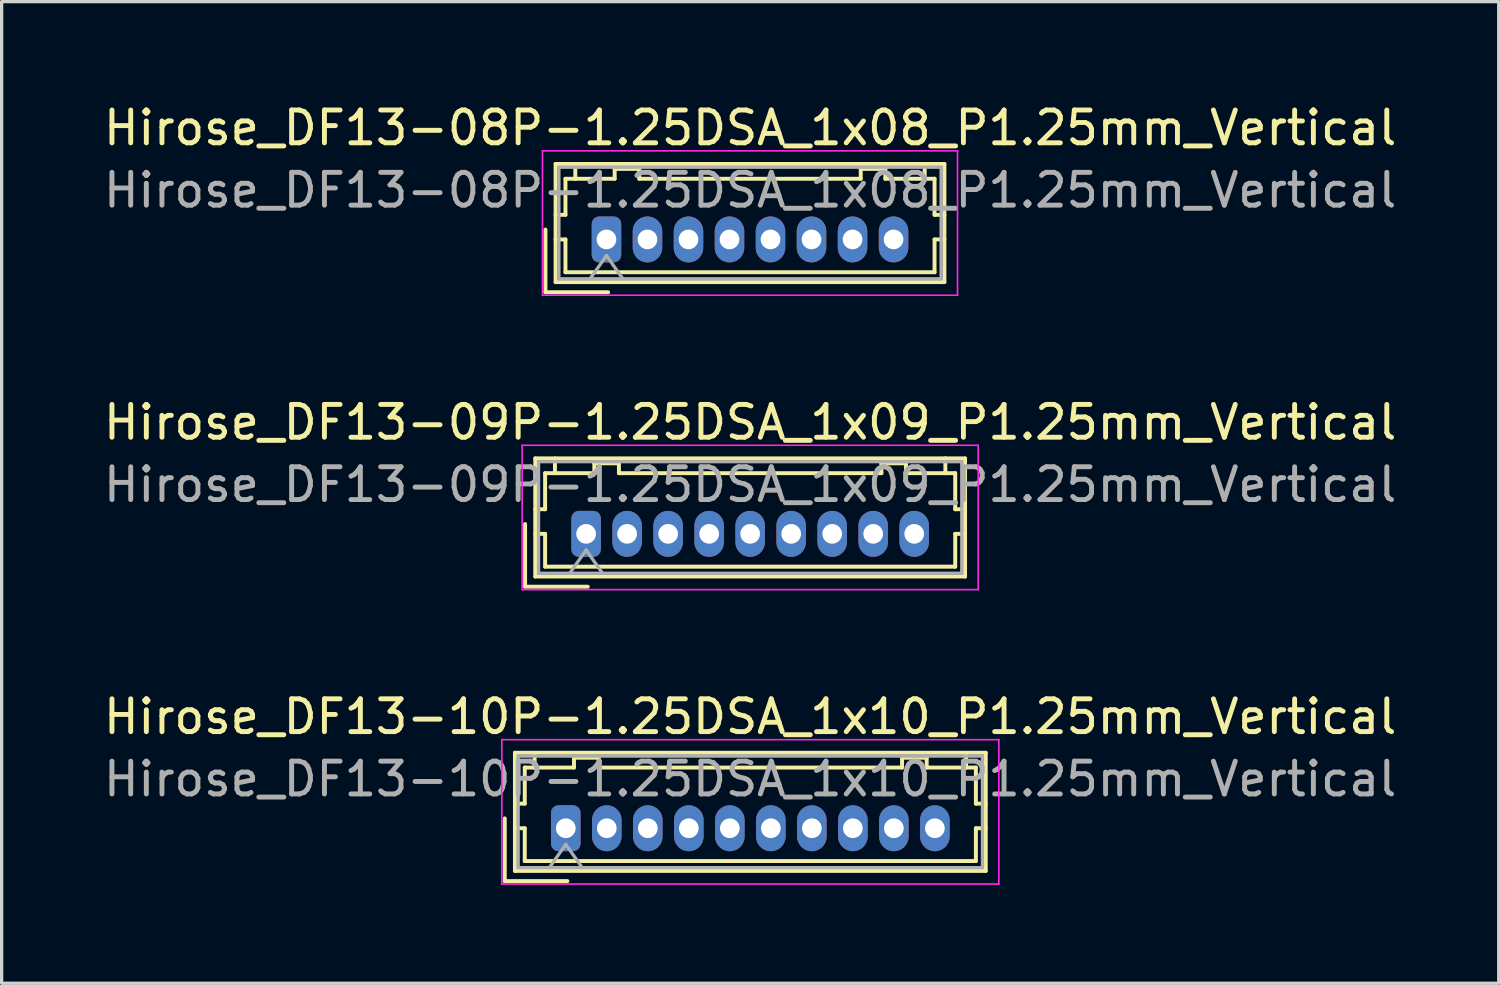
<source format=kicad_pcb>
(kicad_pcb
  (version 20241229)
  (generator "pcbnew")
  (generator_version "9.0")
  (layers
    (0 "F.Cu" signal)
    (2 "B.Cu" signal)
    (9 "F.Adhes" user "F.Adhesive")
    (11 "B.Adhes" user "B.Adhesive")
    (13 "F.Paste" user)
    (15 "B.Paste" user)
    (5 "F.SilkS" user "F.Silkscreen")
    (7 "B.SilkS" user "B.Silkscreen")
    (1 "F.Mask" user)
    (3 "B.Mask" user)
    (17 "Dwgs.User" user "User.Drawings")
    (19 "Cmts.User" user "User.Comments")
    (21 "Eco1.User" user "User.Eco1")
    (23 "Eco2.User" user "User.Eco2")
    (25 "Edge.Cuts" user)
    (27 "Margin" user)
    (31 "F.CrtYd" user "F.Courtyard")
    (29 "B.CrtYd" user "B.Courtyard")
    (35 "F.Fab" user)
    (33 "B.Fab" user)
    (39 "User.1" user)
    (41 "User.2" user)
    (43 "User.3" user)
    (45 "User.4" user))
  (footprint "Hirose_DF13-09P-1.25DSA_1x09_P1.25mm_Vertical"
    (layer "F.Cu")
    (at 14.815 13.222)
    (property "Reference" "Hirose_DF13-09P-1.25DSA_1x09_P1.25mm_Vertical" (at 5 -3.4 0) (layer "F.SilkS") (effects (font (size 1 1) (thickness 0.15))))
    (attr through_hole)
    (fp_line (start -1.86 -0.3) (end -1.86 1.61) (stroke (width 0.12) (type solid)) (layer "F.SilkS"))
    (fp_line (start -1.86 1.61) (end 0.05 1.61) (stroke (width 0.12) (type solid)) (layer "F.SilkS"))
    (fp_line (start -1.55 -2.3) (end -1.55 1.3) (stroke (width 0.12) (type solid)) (layer "F.SilkS"))
    (fp_line (start -1.55 -0.75) (end -1.25 -0.75) (stroke (width 0.12) (type solid)) (layer "F.SilkS"))
    (fp_line (start -1.55 0) (end -1.25 0) (stroke (width 0.12) (type solid)) (layer "F.SilkS"))
    (fp_line (start -1.55 1.3) (end 11.55 1.3) (stroke (width 0.12) (type solid)) (layer "F.SilkS"))
    (fp_line (start -1.25 -1.85) (end -0.95 -1.85) (stroke (width 0.12) (type solid)) (layer "F.SilkS"))
    (fp_line (start -1.25 -0.75) (end -1.25 -1.85) (stroke (width 0.12) (type solid)) (layer "F.SilkS"))
    (fp_line (start -1.25 0) (end -1.25 1) (stroke (width 0.12) (type solid)) (layer "F.SilkS"))
    (fp_line (start -1.25 1) (end 11.25 1) (stroke (width 0.12) (type solid)) (layer "F.SilkS"))
    (fp_line (start -0.95 -1.85) (end -0.95 -2.3) (stroke (width 0.12) (type solid)) (layer "F.SilkS"))
    (fp_line (start -0.95 -1.85) (end 0.25 -1.85) (stroke (width 0.12) (type solid)) (layer "F.SilkS"))
    (fp_line (start 0.25 -2.15) (end 1 -2.15) (stroke (width 0.12) (type solid)) (layer "F.SilkS"))
    (fp_line (start 0.25 -1.85) (end 0.25 -2.15) (stroke (width 0.12) (type solid)) (layer "F.SilkS"))
    (fp_line (start 1 -2.15) (end 1 -1.85) (stroke (width 0.12) (type solid)) (layer "F.SilkS"))
    (fp_line (start 1 -1.85) (end 9 -1.85) (stroke (width 0.12) (type solid)) (layer "F.SilkS"))
    (fp_line (start 9 -2.15) (end 9.75 -2.15) (stroke (width 0.12) (type solid)) (layer "F.SilkS"))
    (fp_line (start 9 -1.85) (end 9 -2.15) (stroke (width 0.12) (type solid)) (layer "F.SilkS"))
    (fp_line (start 9.75 -2.15) (end 9.75 -1.85) (stroke (width 0.12) (type solid)) (layer "F.SilkS"))
    (fp_line (start 9.75 -1.85) (end 10.95 -1.85) (stroke (width 0.12) (type solid)) (layer "F.SilkS"))
    (fp_line (start 10.95 -1.85) (end 10.95 -2.3) (stroke (width 0.12) (type solid)) (layer "F.SilkS"))
    (fp_line (start 11.25 -1.85) (end 10.95 -1.85) (stroke (width 0.12) (type solid)) (layer "F.SilkS"))
    (fp_line (start 11.25 -0.75) (end 11.25 -1.85) (stroke (width 0.12) (type solid)) (layer "F.SilkS"))
    (fp_line (start 11.25 0) (end 11.55 0) (stroke (width 0.12) (type solid)) (layer "F.SilkS"))
    (fp_line (start 11.25 1) (end 11.25 0) (stroke (width 0.12) (type solid)) (layer "F.SilkS"))
    (fp_line (start 11.55 -2.3) (end -1.55 -2.3) (stroke (width 0.12) (type solid)) (layer "F.SilkS"))
    (fp_line (start 11.55 -0.75) (end 11.25 -0.75) (stroke (width 0.12) (type solid)) (layer "F.SilkS"))
    (fp_line (start 11.55 1.3) (end 11.55 -2.3) (stroke (width 0.12) (type solid)) (layer "F.SilkS"))
    (fp_line (start -1.95 -2.7) (end -1.95 1.7) (stroke (width 0.05) (type solid)) (layer "F.CrtYd"))
    (fp_line (start -1.95 1.7) (end 11.95 1.7) (stroke (width 0.05) (type solid)) (layer "F.CrtYd"))
    (fp_line (start 11.95 -2.7) (end -1.95 -2.7) (stroke (width 0.05) (type solid)) (layer "F.CrtYd"))
    (fp_line (start 11.95 1.7) (end 11.95 -2.7) (stroke (width 0.05) (type solid)) (layer "F.CrtYd"))
    (fp_line (start -1.45 -2.2) (end -1.45 1.2) (stroke (width 0.1) (type solid)) (layer "F.Fab"))
    (fp_line (start -1.45 1.2) (end 11.45 1.2) (stroke (width 0.1) (type solid)) (layer "F.Fab"))
    (fp_line (start -0.5 1.2) (end 0 0.493) (stroke (width 0.1) (type solid)) (layer "F.Fab"))
    (fp_line (start 0 0.493) (end 0.5 1.2) (stroke (width 0.1) (type solid)) (layer "F.Fab"))
    (fp_line (start 11.45 -2.2) (end -1.45 -2.2) (stroke (width 0.1) (type solid)) (layer "F.Fab"))
    (fp_line (start 11.45 1.2) (end 11.45 -2.2) (stroke (width 0.1) (type solid)) (layer "F.Fab"))
    (fp_text user "${REFERENCE}" (at 5 -1.5 0) (layer "F.Fab") (effects (font (size 1 1) (thickness 0.15))))
    (pad "1" thru_hole roundrect (at 0 0) (size 0.9 1.4) (drill 0.6) (layers "*.Cu" "*.Mask") (roundrect_rratio 0.25))
    (pad "2" thru_hole oval (at 1.25 0) (size 0.9 1.4) (drill 0.6) (layers "*.Cu" "*.Mask"))
    (pad "3" thru_hole oval (at 2.5 0) (size 0.9 1.4) (drill 0.6) (layers "*.Cu" "*.Mask"))
    (pad "4" thru_hole oval (at 3.75 0) (size 0.9 1.4) (drill 0.6) (layers "*.Cu" "*.Mask"))
    (pad "5" thru_hole oval (at 5 0) (size 0.9 1.4) (drill 0.6) (layers "*.Cu" "*.Mask"))
    (pad "6" thru_hole oval (at 6.25 0) (size 0.9 1.4) (drill 0.6) (layers "*.Cu" "*.Mask"))
    (pad "7" thru_hole oval (at 7.5 0) (size 0.9 1.4) (drill 0.6) (layers "*.Cu" "*.Mask"))
    (pad "8" thru_hole oval (at 8.75 0) (size 0.9 1.4) (drill 0.6) (layers "*.Cu" "*.Mask"))
    (pad "9" thru_hole oval (at 10 0) (size 0.9 1.4) (drill 0.6) (layers "*.Cu" "*.Mask")))
  (footprint "Hirose_DF13-08P-1.25DSA_1x08_P1.25mm_Vertical"
    (layer "F.Cu")
    (at 15.435 4.248)
    (property "Reference" "Hirose_DF13-08P-1.25DSA_1x08_P1.25mm_Vertical" (at 4.38 -3.4 0) (layer "F.SilkS") (effects (font (size 1 1) (thickness 0.15))))
    (attr through_hole)
    (fp_line (start -1.86 -0.3) (end -1.86 1.61) (stroke (width 0.12) (type solid)) (layer "F.SilkS"))
    (fp_line (start -1.86 1.61) (end 0.05 1.61) (stroke (width 0.12) (type solid)) (layer "F.SilkS"))
    (fp_line (start -1.55 -2.3) (end -1.55 1.3) (stroke (width 0.12) (type solid)) (layer "F.SilkS"))
    (fp_line (start -1.55 -0.75) (end -1.25 -0.75) (stroke (width 0.12) (type solid)) (layer "F.SilkS"))
    (fp_line (start -1.55 0) (end -1.25 0) (stroke (width 0.12) (type solid)) (layer "F.SilkS"))
    (fp_line (start -1.55 1.3) (end 10.3 1.3) (stroke (width 0.12) (type solid)) (layer "F.SilkS"))
    (fp_line (start -1.25 -1.85) (end -0.95 -1.85) (stroke (width 0.12) (type solid)) (layer "F.SilkS"))
    (fp_line (start -1.25 -0.75) (end -1.25 -1.85) (stroke (width 0.12) (type solid)) (layer "F.SilkS"))
    (fp_line (start -1.25 0) (end -1.25 1) (stroke (width 0.12) (type solid)) (layer "F.SilkS"))
    (fp_line (start -1.25 1) (end 10 1) (stroke (width 0.12) (type solid)) (layer "F.SilkS"))
    (fp_line (start -0.95 -1.85) (end -0.95 -2.3) (stroke (width 0.12) (type solid)) (layer "F.SilkS"))
    (fp_line (start -0.95 -1.85) (end 0.25 -1.85) (stroke (width 0.12) (type solid)) (layer "F.SilkS"))
    (fp_line (start 0.25 -2.15) (end 1 -2.15) (stroke (width 0.12) (type solid)) (layer "F.SilkS"))
    (fp_line (start 0.25 -1.85) (end 0.25 -2.15) (stroke (width 0.12) (type solid)) (layer "F.SilkS"))
    (fp_line (start 1 -2.15) (end 1 -1.85) (stroke (width 0.12) (type solid)) (layer "F.SilkS"))
    (fp_line (start 1 -1.85) (end 7.75 -1.85) (stroke (width 0.12) (type solid)) (layer "F.SilkS"))
    (fp_line (start 7.75 -2.15) (end 8.5 -2.15) (stroke (width 0.12) (type solid)) (layer "F.SilkS"))
    (fp_line (start 7.75 -1.85) (end 7.75 -2.15) (stroke (width 0.12) (type solid)) (layer "F.SilkS"))
    (fp_line (start 8.5 -2.15) (end 8.5 -1.85) (stroke (width 0.12) (type solid)) (layer "F.SilkS"))
    (fp_line (start 8.5 -1.85) (end 9.7 -1.85) (stroke (width 0.12) (type solid)) (layer "F.SilkS"))
    (fp_line (start 9.7 -1.85) (end 9.7 -2.3) (stroke (width 0.12) (type solid)) (layer "F.SilkS"))
    (fp_line (start 10 -1.85) (end 9.7 -1.85) (stroke (width 0.12) (type solid)) (layer "F.SilkS"))
    (fp_line (start 10 -0.75) (end 10 -1.85) (stroke (width 0.12) (type solid)) (layer "F.SilkS"))
    (fp_line (start 10 0) (end 10.3 0) (stroke (width 0.12) (type solid)) (layer "F.SilkS"))
    (fp_line (start 10 1) (end 10 0) (stroke (width 0.12) (type solid)) (layer "F.SilkS"))
    (fp_line (start 10.3 -2.3) (end -1.55 -2.3) (stroke (width 0.12) (type solid)) (layer "F.SilkS"))
    (fp_line (start 10.3 -0.75) (end 10 -0.75) (stroke (width 0.12) (type solid)) (layer "F.SilkS"))
    (fp_line (start 10.3 1.3) (end 10.3 -2.3) (stroke (width 0.12) (type solid)) (layer "F.SilkS"))
    (fp_line (start -1.95 -2.7) (end -1.95 1.7) (stroke (width 0.05) (type solid)) (layer "F.CrtYd"))
    (fp_line (start -1.95 1.7) (end 10.7 1.7) (stroke (width 0.05) (type solid)) (layer "F.CrtYd"))
    (fp_line (start 10.7 -2.7) (end -1.95 -2.7) (stroke (width 0.05) (type solid)) (layer "F.CrtYd"))
    (fp_line (start 10.7 1.7) (end 10.7 -2.7) (stroke (width 0.05) (type solid)) (layer "F.CrtYd"))
    (fp_line (start -1.45 -2.2) (end -1.45 1.2) (stroke (width 0.1) (type solid)) (layer "F.Fab"))
    (fp_line (start -1.45 1.2) (end 10.2 1.2) (stroke (width 0.1) (type solid)) (layer "F.Fab"))
    (fp_line (start -0.5 1.2) (end 0 0.493) (stroke (width 0.1) (type solid)) (layer "F.Fab"))
    (fp_line (start 0 0.493) (end 0.5 1.2) (stroke (width 0.1) (type solid)) (layer "F.Fab"))
    (fp_line (start 10.2 -2.2) (end -1.45 -2.2) (stroke (width 0.1) (type solid)) (layer "F.Fab"))
    (fp_line (start 10.2 1.2) (end 10.2 -2.2) (stroke (width 0.1) (type solid)) (layer "F.Fab"))
    (fp_text user "${REFERENCE}" (at 4.38 -1.5 0) (layer "F.Fab") (effects (font (size 1 1) (thickness 0.15))))
    (pad "1" thru_hole roundrect (at 0 0) (size 0.9 1.4) (drill 0.6) (layers "*.Cu" "*.Mask") (roundrect_rratio 0.25))
    (pad "2" thru_hole oval (at 1.25 0) (size 0.9 1.4) (drill 0.6) (layers "*.Cu" "*.Mask"))
    (pad "3" thru_hole oval (at 2.5 0) (size 0.9 1.4) (drill 0.6) (layers "*.Cu" "*.Mask"))
    (pad "4" thru_hole oval (at 3.75 0) (size 0.9 1.4) (drill 0.6) (layers "*.Cu" "*.Mask"))
    (pad "5" thru_hole oval (at 5 0) (size 0.9 1.4) (drill 0.6) (layers "*.Cu" "*.Mask"))
    (pad "6" thru_hole oval (at 6.25 0) (size 0.9 1.4) (drill 0.6) (layers "*.Cu" "*.Mask"))
    (pad "7" thru_hole oval (at 7.5 0) (size 0.9 1.4) (drill 0.6) (layers "*.Cu" "*.Mask"))
    (pad "8" thru_hole oval (at 8.75 0) (size 0.9 1.4) (drill 0.6) (layers "*.Cu" "*.Mask")))
  (footprint "Hirose_DF13-10P-1.25DSA_1x10_P1.25mm_Vertical"
    (layer "F.Cu")
    (at 14.195 22.195)
    (property "Reference" "Hirose_DF13-10P-1.25DSA_1x10_P1.25mm_Vertical" (at 5.62 -3.4 0) (layer "F.SilkS") (effects (font (size 1 1) (thickness 0.15))))
    (attr through_hole)
    (fp_line (start -1.86 -0.3) (end -1.86 1.61) (stroke (width 0.12) (type solid)) (layer "F.SilkS"))
    (fp_line (start -1.86 1.61) (end 0.05 1.61) (stroke (width 0.12) (type solid)) (layer "F.SilkS"))
    (fp_line (start -1.55 -2.3) (end -1.55 1.3) (stroke (width 0.12) (type solid)) (layer "F.SilkS"))
    (fp_line (start -1.55 -0.75) (end -1.25 -0.75) (stroke (width 0.12) (type solid)) (layer "F.SilkS"))
    (fp_line (start -1.55 0) (end -1.25 0) (stroke (width 0.12) (type solid)) (layer "F.SilkS"))
    (fp_line (start -1.55 1.3) (end 12.8 1.3) (stroke (width 0.12) (type solid)) (layer "F.SilkS"))
    (fp_line (start -1.25 -1.85) (end -0.95 -1.85) (stroke (width 0.12) (type solid)) (layer "F.SilkS"))
    (fp_line (start -1.25 -0.75) (end -1.25 -1.85) (stroke (width 0.12) (type solid)) (layer "F.SilkS"))
    (fp_line (start -1.25 0) (end -1.25 1) (stroke (width 0.12) (type solid)) (layer "F.SilkS"))
    (fp_line (start -1.25 1) (end 12.5 1) (stroke (width 0.12) (type solid)) (layer "F.SilkS"))
    (fp_line (start -0.95 -1.85) (end -0.95 -2.3) (stroke (width 0.12) (type solid)) (layer "F.SilkS"))
    (fp_line (start -0.95 -1.85) (end 0.25 -1.85) (stroke (width 0.12) (type solid)) (layer "F.SilkS"))
    (fp_line (start 0.25 -2.15) (end 1 -2.15) (stroke (width 0.12) (type solid)) (layer "F.SilkS"))
    (fp_line (start 0.25 -1.85) (end 0.25 -2.15) (stroke (width 0.12) (type solid)) (layer "F.SilkS"))
    (fp_line (start 1 -2.15) (end 1 -1.85) (stroke (width 0.12) (type solid)) (layer "F.SilkS"))
    (fp_line (start 1 -1.85) (end 10.25 -1.85) (stroke (width 0.12) (type solid)) (layer "F.SilkS"))
    (fp_line (start 10.25 -2.15) (end 11 -2.15) (stroke (width 0.12) (type solid)) (layer "F.SilkS"))
    (fp_line (start 10.25 -1.85) (end 10.25 -2.15) (stroke (width 0.12) (type solid)) (layer "F.SilkS"))
    (fp_line (start 11 -2.15) (end 11 -1.85) (stroke (width 0.12) (type solid)) (layer "F.SilkS"))
    (fp_line (start 11 -1.85) (end 12.2 -1.85) (stroke (width 0.12) (type solid)) (layer "F.SilkS"))
    (fp_line (start 12.2 -1.85) (end 12.2 -2.3) (stroke (width 0.12) (type solid)) (layer "F.SilkS"))
    (fp_line (start 12.5 -1.85) (end 12.2 -1.85) (stroke (width 0.12) (type solid)) (layer "F.SilkS"))
    (fp_line (start 12.5 -0.75) (end 12.5 -1.85) (stroke (width 0.12) (type solid)) (layer "F.SilkS"))
    (fp_line (start 12.5 0) (end 12.8 0) (stroke (width 0.12) (type solid)) (layer "F.SilkS"))
    (fp_line (start 12.5 1) (end 12.5 0) (stroke (width 0.12) (type solid)) (layer "F.SilkS"))
    (fp_line (start 12.8 -2.3) (end -1.55 -2.3) (stroke (width 0.12) (type solid)) (layer "F.SilkS"))
    (fp_line (start 12.8 -0.75) (end 12.5 -0.75) (stroke (width 0.12) (type solid)) (layer "F.SilkS"))
    (fp_line (start 12.8 1.3) (end 12.8 -2.3) (stroke (width 0.12) (type solid)) (layer "F.SilkS"))
    (fp_line (start -1.95 -2.7) (end -1.95 1.7) (stroke (width 0.05) (type solid)) (layer "F.CrtYd"))
    (fp_line (start -1.95 1.7) (end 13.2 1.7) (stroke (width 0.05) (type solid)) (layer "F.CrtYd"))
    (fp_line (start 13.2 -2.7) (end -1.95 -2.7) (stroke (width 0.05) (type solid)) (layer "F.CrtYd"))
    (fp_line (start 13.2 1.7) (end 13.2 -2.7) (stroke (width 0.05) (type solid)) (layer "F.CrtYd"))
    (fp_line (start -1.45 -2.2) (end -1.45 1.2) (stroke (width 0.1) (type solid)) (layer "F.Fab"))
    (fp_line (start -1.45 1.2) (end 12.7 1.2) (stroke (width 0.1) (type solid)) (layer "F.Fab"))
    (fp_line (start -0.5 1.2) (end 0 0.493) (stroke (width 0.1) (type solid)) (layer "F.Fab"))
    (fp_line (start 0 0.493) (end 0.5 1.2) (stroke (width 0.1) (type solid)) (layer "F.Fab"))
    (fp_line (start 12.7 -2.2) (end -1.45 -2.2) (stroke (width 0.1) (type solid)) (layer "F.Fab"))
    (fp_line (start 12.7 1.2) (end 12.7 -2.2) (stroke (width 0.1) (type solid)) (layer "F.Fab"))
    (fp_text user "${REFERENCE}" (at 5.62 -1.5 0) (layer "F.Fab") (effects (font (size 1 1) (thickness 0.15))))
    (pad "1" thru_hole roundrect (at 0 0) (size 0.9 1.4) (drill 0.6) (layers "*.Cu" "*.Mask") (roundrect_rratio 0.25))
    (pad "2" thru_hole oval (at 1.25 0) (size 0.9 1.4) (drill 0.6) (layers "*.Cu" "*.Mask"))
    (pad "3" thru_hole oval (at 2.5 0) (size 0.9 1.4) (drill 0.6) (layers "*.Cu" "*.Mask"))
    (pad "4" thru_hole oval (at 3.75 0) (size 0.9 1.4) (drill 0.6) (layers "*.Cu" "*.Mask"))
    (pad "5" thru_hole oval (at 5 0) (size 0.9 1.4) (drill 0.6) (layers "*.Cu" "*.Mask"))
    (pad "6" thru_hole oval (at 6.25 0) (size 0.9 1.4) (drill 0.6) (layers "*.Cu" "*.Mask"))
    (pad "7" thru_hole oval (at 7.5 0) (size 0.9 1.4) (drill 0.6) (layers "*.Cu" "*.Mask"))
    (pad "8" thru_hole oval (at 8.75 0) (size 0.9 1.4) (drill 0.6) (layers "*.Cu" "*.Mask"))
    (pad "9" thru_hole oval (at 10 0) (size 0.9 1.4) (drill 0.6) (layers "*.Cu" "*.Mask"))
    (pad "10" thru_hole oval (at 11.25 0) (size 0.9 1.4) (drill 0.6) (layers "*.Cu" "*.Mask")))
  (gr_rect
    (start -3 -3)
    (end 42.631 26.92)
    (stroke (width 0.1) (type default))
    (fill no)
    (layer "Edge.Cuts")))
</source>
